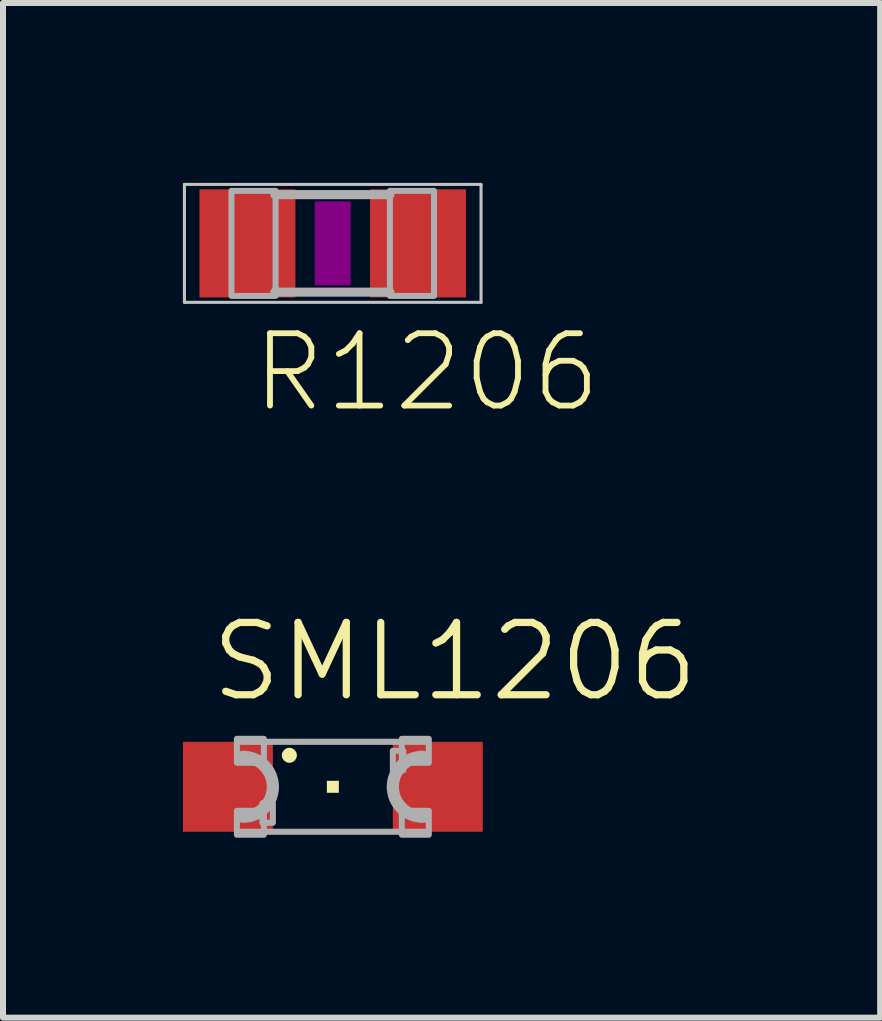
<source format=kicad_pcb>
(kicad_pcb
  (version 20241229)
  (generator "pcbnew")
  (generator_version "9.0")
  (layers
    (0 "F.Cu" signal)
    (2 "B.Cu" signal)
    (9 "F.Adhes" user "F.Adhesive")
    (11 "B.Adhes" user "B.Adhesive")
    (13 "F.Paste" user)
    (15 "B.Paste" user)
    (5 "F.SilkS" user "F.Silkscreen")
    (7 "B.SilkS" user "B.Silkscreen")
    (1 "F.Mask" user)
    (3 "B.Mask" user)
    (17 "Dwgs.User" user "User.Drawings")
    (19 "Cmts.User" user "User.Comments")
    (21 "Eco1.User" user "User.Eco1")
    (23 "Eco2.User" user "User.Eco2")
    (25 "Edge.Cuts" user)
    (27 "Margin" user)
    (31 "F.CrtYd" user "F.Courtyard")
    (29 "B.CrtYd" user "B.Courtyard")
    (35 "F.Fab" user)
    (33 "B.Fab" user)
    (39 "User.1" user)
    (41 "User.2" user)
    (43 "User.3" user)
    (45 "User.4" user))
  (footprint "SML1206"
    (layer "F.Cu")
    (at 2.5 10.069)
    (property "Reference" "SML1206" (at -2.095 -1.381 180) (layer "F.SilkS") (effects (font (size 1.206 1.206) (thickness 0.121)) (justify left bottom)))
    (attr through_hole)
    (fp_circle (center -0.725 -0.525) (end -0.662 -0.525) (stroke (width 0.125) (type solid)) (fill no) (layer "F.SilkS"))
    (fp_poly (pts (xy -0.1 0.1) (xy 0.1 0.1) (xy 0.1 -0.1) (xy -0.1 -0.1)) (stroke (width 0) (type solid)) (fill yes) (layer "F.SilkS"))
    (fp_line (start -1.55 -0.75) (end 1.55 -0.75) (stroke (width 0.102) (type solid)) (layer "F.Fab"))
    (fp_line (start 1.55 0.75) (end -1.55 0.75) (stroke (width 0.102) (type solid)) (layer "F.Fab"))
    (fp_arc (start -1.5 -0.5) (mid -1 0) (end -1.5 0.5) (stroke (width 0.2032) (type solid)) (layer "F.Fab"))
    (fp_arc (start 1.5 0.5) (mid 1 0) (end 1.5 -0.5) (stroke (width 0.2032) (type solid)) (layer "F.Fab"))
    (fp_poly (pts (xy -1.6 -0.4) (xy -1.15 -0.4) (xy -1.15 -0.8) (xy -1.6 -0.8)) (stroke (width 0.1) (type solid)) (fill no) (layer "F.Fab"))
    (fp_poly (pts (xy -1.6 0.8) (xy -1.15 0.8) (xy -1.15 0.4) (xy -1.6 0.4)) (stroke (width 0.1) (type solid)) (fill no) (layer "F.Fab"))
    (fp_poly (pts (xy -1.175 0.6) (xy -1 0.6) (xy -1 0.275) (xy -1.175 0.275)) (stroke (width 0.1) (type solid)) (fill no) (layer "F.Fab"))
    (fp_poly (pts (xy 1.175 -0.6) (xy 1 -0.6) (xy 1 -0.275) (xy 1.175 -0.275)) (stroke (width 0.1) (type solid)) (fill no) (layer "F.Fab"))
    (fp_poly (pts (xy 1.6 -0.8) (xy 1.15 -0.8) (xy 1.15 -0.4) (xy 1.6 -0.4)) (stroke (width 0.1) (type solid)) (fill no) (layer "F.Fab"))
    (fp_poly (pts (xy 1.6 0.4) (xy 1.15 0.4) (xy 1.15 0.8) (xy 1.6 0.8)) (stroke (width 0.1) (type solid)) (fill no) (layer "F.Fab"))
    (pad "A" smd rect (at 1.75 0) (size 1.5 1.5) (layers "F.Cu" "F.Mask" "F.Paste"))
    (pad "C" smd rect (at -1.75 0) (size 1.5 1.5) (layers "F.Cu" "F.Mask" "F.Paste")))
  (footprint "R1206"
    (layer "F.Cu")
    (at 2.498 1.008)
    (property "Reference" "R1206" (at -1.397 2.857 0) (layer "F.SilkS") (effects (font (size 1.206 1.206) (thickness 0.097)) (justify left bottom)))
    (attr through_hole)
    (fp_poly (pts (xy -0.3 0.7) (xy 0.3 0.7) (xy 0.3 -0.7) (xy -0.3 -0.7)) (stroke (width 0) (type solid)) (fill yes) (layer "F.Adhes"))
    (fp_line (start -2.473 -0.983) (end 2.473 -0.983) (stroke (width 0.051) (type solid)) (layer "Dwgs.User"))
    (fp_line (start -2.473 0.983) (end -2.473 -0.983) (stroke (width 0.051) (type solid)) (layer "Dwgs.User"))
    (fp_line (start 2.473 -0.983) (end 2.473 0.983) (stroke (width 0.051) (type solid)) (layer "Dwgs.User"))
    (fp_line (start 2.473 0.983) (end -2.473 0.983) (stroke (width 0.051) (type solid)) (layer "Dwgs.User"))
    (fp_line (start 0.953 -0.813) (end -0.965 -0.813) (stroke (width 0.152) (type solid)) (layer "F.Fab"))
    (fp_line (start 0.953 0.813) (end -0.965 0.813) (stroke (width 0.152) (type solid)) (layer "F.Fab"))
    (fp_poly (pts (xy -1.689 0.876) (xy -0.953 0.876) (xy -0.953 -0.876) (xy -1.689 -0.876)) (stroke (width 0.1) (type solid)) (fill no) (layer "F.Fab"))
    (fp_poly (pts (xy 0.953 0.876) (xy 1.689 0.876) (xy 1.689 -0.876) (xy 0.953 -0.876)) (stroke (width 0.1) (type solid)) (fill no) (layer "F.Fab"))
    (pad "1" smd rect (at -1.422 0) (size 1.6 1.803) (layers "F.Cu" "F.Mask" "F.Paste"))
    (pad "2" smd rect (at 1.422 0) (size 1.6 1.803) (layers "F.Cu" "F.Mask" "F.Paste")))
  (gr_rect
    (start -3 -3)
    (end 11.626 13.919)
    (stroke (width 0.1) (type default))
    (fill no)
    (layer "Edge.Cuts")))
</source>
